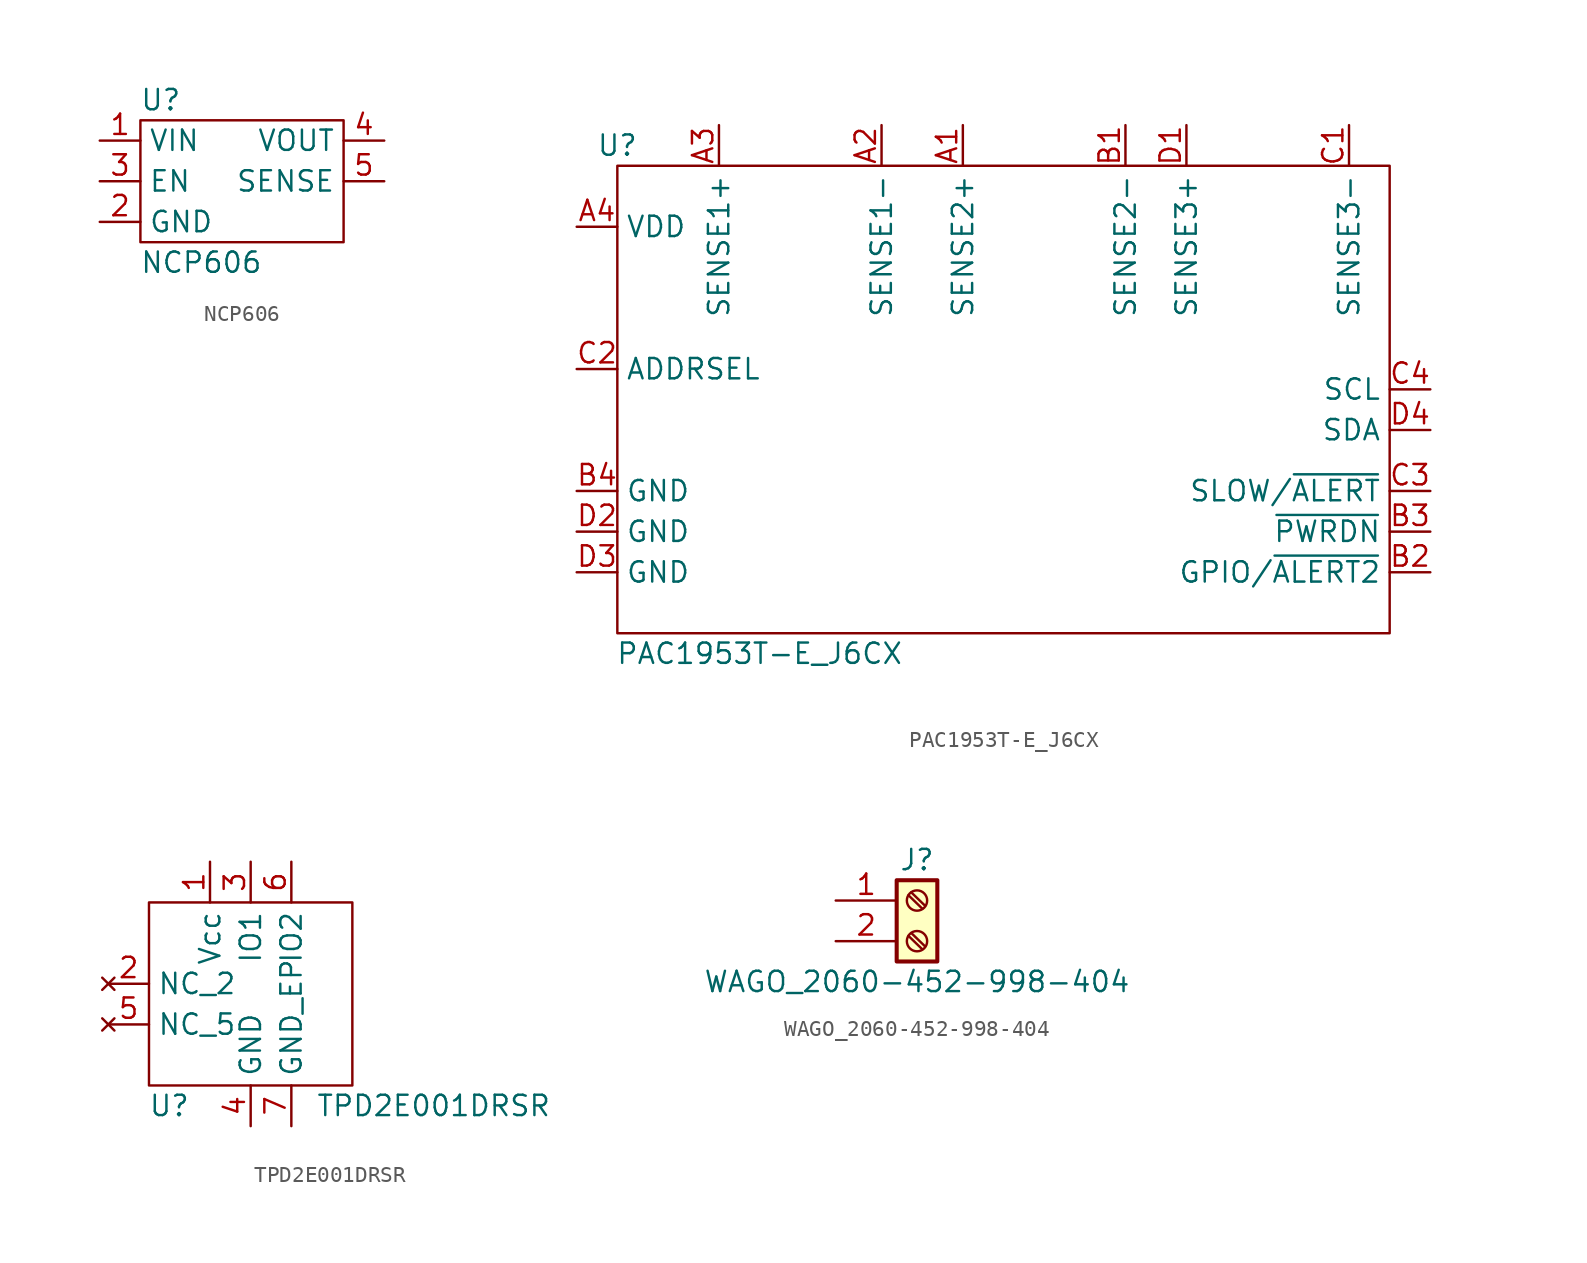
<source format=kicad_sym>
(kicad_symbol_lib
  (version 20211014)
  (generator kicad_symbol_editor)
  (symbol "NCP606"
    (property "Reference" "U"
      (at -2.54 5.08 0)
      (effects (font (size 1.27 1.27))))
    (property "Value" "NCP606"
      (at 0 -5.08 0)
      (effects (font (size 1.27 1.27))))
    (symbol "NCP606_0_1"
      (rectangle (start -3.81 3.81) (end 8.89 -3.81) (stroke (width 0) (type default) (color 0 0 0 0)) (fill (type none))))
    (symbol "NCP606_1_1"
      (pin power_in line (at -6.35 2.54 0) (length 2.54) (name "VIN" (effects (font (size 1.27 1.27)))) (number "1" (effects (font (size 1.27 1.27)))))
      (pin power_in line (at -6.35 -2.54 0) (length 2.54) (name "GND" (effects (font (size 1.27 1.27)))) (number "2" (effects (font (size 1.27 1.27)))))
      (pin input line (at -6.35 0 0) (length 2.54) (name "EN" (effects (font (size 1.27 1.27)))) (number "3" (effects (font (size 1.27 1.27)))))
      (pin power_out line (at 11.43 2.54 180) (length 2.54) (name "VOUT" (effects (font (size 1.27 1.27)))) (number "4" (effects (font (size 1.27 1.27)))))
      (pin passive line (at 11.43 0 180) (length 2.54) (name "SENSE" (effects (font (size 1.27 1.27)))) (number "5" (effects (font (size 1.27 1.27)))))
      (pin power_in line (at -6.35 2.54 0) (length 2.54) hide (name "VIN" (effects (font (size 1.27 1.27)))) (number "6" (effects (font (size 1.27 1.27)))))
      (pin power_in line (at -6.35 -2.54 0) (length 2.54) hide (name "GND" (effects (font (size 1.27 1.27)))) (number "7" (effects (font (size 1.27 1.27)))))))
  (symbol "PAC1953T-E_J6CX"
    (property "Reference" "U"
      (at -24.13 10.16 0)
      (effects (font (size 1.27 1.27))))
    (property "Value" "PAC1953T-E_J6CX"
      (at -15.24 -21.59 0)
      (effects (font (size 1.27 1.27))))
    (symbol "PAC1953T-E_J6CX_0_1"
      (rectangle (start -24.13 8.89) (end 24.13 -20.32) (stroke (width 0) (type default) (color 0 0 0 0)) (fill (type none))))
    (symbol "PAC1953T-E_J6CX_1_1"
      (pin passive line (at -2.54 11.43 270) (length 2.54) (name "SENSE2+" (effects (font (size 1.27 1.27)))) (number "A1" (effects (font (size 1.27 1.27)))))
      (pin passive line (at -7.62 11.43 270) (length 2.54) (name "SENSE1-" (effects (font (size 1.27 1.27)))) (number "A2" (effects (font (size 1.27 1.27)))))
      (pin passive line (at -17.78 11.43 270) (length 2.54) (name "SENSE1+" (effects (font (size 1.27 1.27)))) (number "A3" (effects (font (size 1.27 1.27)))))
      (pin power_in line (at -26.67 5.08 0) (length 2.54) (name "VDD" (effects (font (size 1.27 1.27)))) (number "A4" (effects (font (size 1.27 1.27)))))
      (pin passive line (at 7.62 11.43 270) (length 2.54) (name "SENSE2-" (effects (font (size 1.27 1.27)))) (number "B1" (effects (font (size 1.27 1.27)))))
      (pin open_collector line (at 26.67 -16.51 180) (length 2.54) (name "GPIO/~{ALERT2}" (effects (font (size 1.27 1.27)))) (number "B2" (effects (font (size 1.27 1.27)))))
      (pin input line (at 26.67 -13.97 180) (length 2.54) (name "~{PWRDN}" (effects (font (size 1.27 1.27)))) (number "B3" (effects (font (size 1.27 1.27)))))
      (pin power_in line (at -26.67 -11.43 0) (length 2.54) (name "GND" (effects (font (size 1.27 1.27)))) (number "B4" (effects (font (size 1.27 1.27)))))
      (pin passive line (at 21.59 11.43 270) (length 2.54) (name "SENSE3-" (effects (font (size 1.27 1.27)))) (number "C1" (effects (font (size 1.27 1.27)))))
      (pin passive line (at -26.67 -3.81 0) (length 2.54) (name "ADDRSEL" (effects (font (size 1.27 1.27)))) (number "C2" (effects (font (size 1.27 1.27)))))
      (pin bidirectional line (at 26.67 -11.43 180) (length 2.54) (name "SLOW/~{ALERT}" (effects (font (size 1.27 1.27)))) (number "C3" (effects (font (size 1.27 1.27)))))
      (pin input line (at 26.67 -5.08 180) (length 2.54) (name "SCL" (effects (font (size 1.27 1.27)))) (number "C4" (effects (font (size 1.27 1.27)))))
      (pin passive line (at 11.43 11.43 270) (length 2.54) (name "SENSE3+" (effects (font (size 1.27 1.27)))) (number "D1" (effects (font (size 1.27 1.27)))))
      (pin passive line (at -26.67 -13.97 0) (length 2.54) (name "GND" (effects (font (size 1.27 1.27)))) (number "D2" (effects (font (size 1.27 1.27)))))
      (pin passive line (at -26.67 -16.51 0) (length 2.54) (name "GND" (effects (font (size 1.27 1.27)))) (number "D3" (effects (font (size 1.27 1.27)))))
      (pin open_collector line (at 26.67 -7.62 180) (length 2.54) (name "SDA" (effects (font (size 1.27 1.27)))) (number "D4" (effects (font (size 1.27 1.27)))))))
  (symbol "TPD2E001DRSR"
    (property "Reference" "U"
      (at -5.08 -7.62 0)
      (effects (font (size 1.27 1.27))))
    (property "Value" "TPD2E001DRSR"
      (at 11.43 -7.62 0)
      (effects (font (size 1.27 1.27))))
    (symbol "TPD2E001DRSR_0_0"
      (pin passive line (at 2.54 -8.89 90) (length 2.54) (name "GND_EP" (effects (font (size 1.27 1.27)))) (number "7" (effects (font (size 1.27 1.27))))))
    (symbol "TPD2E001DRSR_0_1"
      (rectangle (start -6.35 5.08) (end 6.35 -6.35) (stroke (width 0) (type default) (color 0 0 0 0)) (fill (type none))))
    (symbol "TPD2E001DRSR_1_1"
      (pin passive line (at -2.54 7.62 270) (length 2.54) (name "Vcc" (effects (font (size 1.27 1.27)))) (number "1" (effects (font (size 1.27 1.27)))))
      (pin no_connect line (at -8.89 0 0) (length 2.54) (name "NC_2" (effects (font (size 1.27 1.27)))) (number "2" (effects (font (size 1.27 1.27)))))
      (pin passive line (at 0 7.62 270) (length 2.54) (name "IO1" (effects (font (size 1.27 1.27)))) (number "3" (effects (font (size 1.27 1.27)))))
      (pin passive line (at 0 -8.89 90) (length 2.54) (name "GND" (effects (font (size 1.27 1.27)))) (number "4" (effects (font (size 1.27 1.27)))))
      (pin no_connect line (at -8.89 -2.54 0) (length 2.54) (name "NC_5" (effects (font (size 1.27 1.27)))) (number "5" (effects (font (size 1.27 1.27)))))
      (pin passive line (at 2.54 7.62 270) (length 2.54) (name "IO2" (effects (font (size 1.27 1.27)))) (number "6" (effects (font (size 1.27 1.27)))))))
  (symbol "WAGO_2060-452-998-404"
    (pin_names
      (offset 1.016) hide)
    (property "Reference" "J"
      (at 0 2.54 0)
      (effects (font (size 1.27 1.27))))
    (property "Value" "WAGO_2060-452-998-404"
      (at 0 -5.08 0)
      (effects (font (size 1.27 1.27))))
    (symbol "WAGO_2060-452-998-404_0_0"
      (pin passive line (at -5.08 0 0) (length 2.54) hide (name "Pin_3" (effects (font (size 1.27 1.27)))) (number "3" (effects (font (size 1.27 1.27)))))
      (pin passive line (at -5.08 -2.54 0) (length 2.54) hide (name "Pin_4" (effects (font (size 1.27 1.27)))) (number "4" (effects (font (size 1.27 1.27))))))
    (symbol "WAGO_2060-452-998-404_1_1"
      (rectangle (start -1.27 1.27) (end 1.27 -3.81) (stroke (width 0.254) (type default) (color 0 0 0 0)) (fill (type background)))
      (circle (center 0 -2.54) (radius 0.635) (stroke (width 0.152) (type default) (color 0 0 0 0)) (fill (type none)))
      (polyline (pts (xy -0.533 -2.21) (xy 0.33 -3.048)) (stroke (width 0.152) (type default) (color 0 0 0 0)) (fill (type none)))
      (polyline (pts (xy -0.533 0.33) (xy 0.33 -0.508)) (stroke (width 0.152) (type default) (color 0 0 0 0)) (fill (type none)))
      (polyline (pts (xy -0.356 -2.032) (xy 0.508 -2.87)) (stroke (width 0.152) (type default) (color 0 0 0 0)) (fill (type none)))
      (polyline (pts (xy -0.356 0.508) (xy 0.508 -0.33)) (stroke (width 0.152) (type default) (color 0 0 0 0)) (fill (type none)))
      (circle (center 0 0) (radius 0.635) (stroke (width 0.152) (type default) (color 0 0 0 0)) (fill (type none)))
      (pin passive line (at -5.08 0 0) (length 3.81) (name "Pin_1" (effects (font (size 1.27 1.27)))) (number "1" (effects (font (size 1.27 1.27)))))
      (pin passive line (at -5.08 -2.54 0) (length 3.81) (name "Pin_2" (effects (font (size 1.27 1.27)))) (number "2" (effects (font (size 1.27 1.27))))))))
</source>
